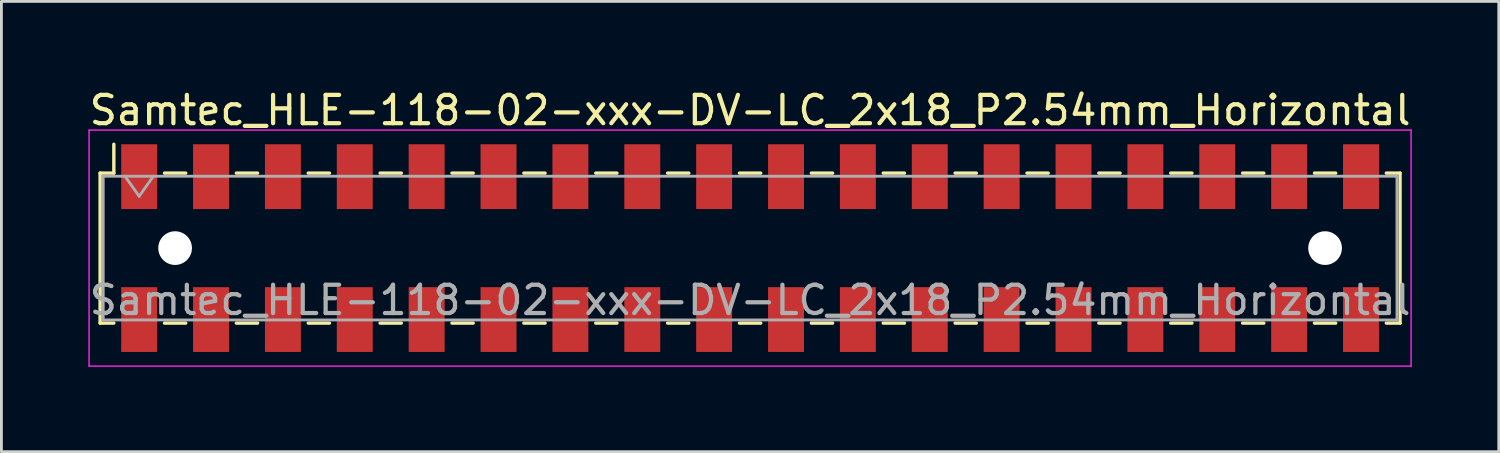
<source format=kicad_pcb>
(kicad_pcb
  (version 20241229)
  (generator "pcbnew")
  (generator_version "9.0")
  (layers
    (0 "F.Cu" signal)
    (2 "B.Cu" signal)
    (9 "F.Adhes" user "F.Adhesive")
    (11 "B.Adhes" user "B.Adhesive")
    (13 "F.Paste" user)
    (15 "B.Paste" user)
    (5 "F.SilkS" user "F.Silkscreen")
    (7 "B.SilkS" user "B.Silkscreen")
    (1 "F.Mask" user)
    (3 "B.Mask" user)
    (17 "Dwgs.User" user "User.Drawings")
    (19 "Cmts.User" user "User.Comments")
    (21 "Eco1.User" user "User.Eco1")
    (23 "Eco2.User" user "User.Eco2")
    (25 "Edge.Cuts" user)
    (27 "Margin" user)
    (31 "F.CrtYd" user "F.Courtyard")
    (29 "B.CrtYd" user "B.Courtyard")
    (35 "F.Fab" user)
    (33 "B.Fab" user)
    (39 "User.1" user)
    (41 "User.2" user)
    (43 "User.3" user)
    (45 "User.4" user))
  (footprint "Samtec_HLE-118-02-xxx-DV-LC_2x18_P2.54mm_Horizontal"
    (layer "F.Cu")
    (at 23.458 5.718)
    (property "Reference" "Samtec_HLE-118-02-xxx-DV-LC_2x18_P2.54mm_Horizontal" (at 0 -4.87 0) (layer "F.SilkS") (effects (font (size 1 1) (thickness 0.15))))
    (attr smd)
    (fp_line (start -22.97 -2.65) (end -22.97 2.65) (stroke (width 0.12) (type solid)) (layer "F.SilkS"))
    (fp_line (start -22.97 2.65) (end -22.485 2.65) (stroke (width 0.12) (type solid)) (layer "F.SilkS"))
    (fp_line (start -22.485 -3.67) (end -22.485 -2.65) (stroke (width 0.12) (type solid)) (layer "F.SilkS"))
    (fp_line (start -22.485 -2.65) (end -22.97 -2.65) (stroke (width 0.12) (type solid)) (layer "F.SilkS"))
    (fp_line (start -20.695 -2.65) (end -19.945 -2.65) (stroke (width 0.12) (type solid)) (layer "F.SilkS"))
    (fp_line (start -20.695 2.65) (end -19.945 2.65) (stroke (width 0.12) (type solid)) (layer "F.SilkS"))
    (fp_line (start -18.155 -2.65) (end -17.405 -2.65) (stroke (width 0.12) (type solid)) (layer "F.SilkS"))
    (fp_line (start -18.155 2.65) (end -17.405 2.65) (stroke (width 0.12) (type solid)) (layer "F.SilkS"))
    (fp_line (start -15.615 -2.65) (end -14.865 -2.65) (stroke (width 0.12) (type solid)) (layer "F.SilkS"))
    (fp_line (start -15.615 2.65) (end -14.865 2.65) (stroke (width 0.12) (type solid)) (layer "F.SilkS"))
    (fp_line (start -13.075 -2.65) (end -12.325 -2.65) (stroke (width 0.12) (type solid)) (layer "F.SilkS"))
    (fp_line (start -13.075 2.65) (end -12.325 2.65) (stroke (width 0.12) (type solid)) (layer "F.SilkS"))
    (fp_line (start -10.535 -2.65) (end -9.785 -2.65) (stroke (width 0.12) (type solid)) (layer "F.SilkS"))
    (fp_line (start -10.535 2.65) (end -9.785 2.65) (stroke (width 0.12) (type solid)) (layer "F.SilkS"))
    (fp_line (start -7.995 -2.65) (end -7.245 -2.65) (stroke (width 0.12) (type solid)) (layer "F.SilkS"))
    (fp_line (start -7.995 2.65) (end -7.245 2.65) (stroke (width 0.12) (type solid)) (layer "F.SilkS"))
    (fp_line (start -5.455 -2.65) (end -4.705 -2.65) (stroke (width 0.12) (type solid)) (layer "F.SilkS"))
    (fp_line (start -5.455 2.65) (end -4.705 2.65) (stroke (width 0.12) (type solid)) (layer "F.SilkS"))
    (fp_line (start -2.915 -2.65) (end -2.165 -2.65) (stroke (width 0.12) (type solid)) (layer "F.SilkS"))
    (fp_line (start -2.915 2.65) (end -2.165 2.65) (stroke (width 0.12) (type solid)) (layer "F.SilkS"))
    (fp_line (start -0.375 -2.65) (end 0.375 -2.65) (stroke (width 0.12) (type solid)) (layer "F.SilkS"))
    (fp_line (start -0.375 2.65) (end 0.375 2.65) (stroke (width 0.12) (type solid)) (layer "F.SilkS"))
    (fp_line (start 2.165 -2.65) (end 2.915 -2.65) (stroke (width 0.12) (type solid)) (layer "F.SilkS"))
    (fp_line (start 2.165 2.65) (end 2.915 2.65) (stroke (width 0.12) (type solid)) (layer "F.SilkS"))
    (fp_line (start 4.705 -2.65) (end 5.455 -2.65) (stroke (width 0.12) (type solid)) (layer "F.SilkS"))
    (fp_line (start 4.705 2.65) (end 5.455 2.65) (stroke (width 0.12) (type solid)) (layer "F.SilkS"))
    (fp_line (start 7.245 -2.65) (end 7.995 -2.65) (stroke (width 0.12) (type solid)) (layer "F.SilkS"))
    (fp_line (start 7.245 2.65) (end 7.995 2.65) (stroke (width 0.12) (type solid)) (layer "F.SilkS"))
    (fp_line (start 9.785 -2.65) (end 10.535 -2.65) (stroke (width 0.12) (type solid)) (layer "F.SilkS"))
    (fp_line (start 9.785 2.65) (end 10.535 2.65) (stroke (width 0.12) (type solid)) (layer "F.SilkS"))
    (fp_line (start 12.325 -2.65) (end 13.075 -2.65) (stroke (width 0.12) (type solid)) (layer "F.SilkS"))
    (fp_line (start 12.325 2.65) (end 13.075 2.65) (stroke (width 0.12) (type solid)) (layer "F.SilkS"))
    (fp_line (start 14.865 -2.65) (end 15.615 -2.65) (stroke (width 0.12) (type solid)) (layer "F.SilkS"))
    (fp_line (start 14.865 2.65) (end 15.615 2.65) (stroke (width 0.12) (type solid)) (layer "F.SilkS"))
    (fp_line (start 17.405 -2.65) (end 18.155 -2.65) (stroke (width 0.12) (type solid)) (layer "F.SilkS"))
    (fp_line (start 17.405 2.65) (end 18.155 2.65) (stroke (width 0.12) (type solid)) (layer "F.SilkS"))
    (fp_line (start 19.945 -2.65) (end 20.695 -2.65) (stroke (width 0.12) (type solid)) (layer "F.SilkS"))
    (fp_line (start 19.945 2.65) (end 20.695 2.65) (stroke (width 0.12) (type solid)) (layer "F.SilkS"))
    (fp_line (start 22.485 -2.65) (end 22.97 -2.65) (stroke (width 0.12) (type solid)) (layer "F.SilkS"))
    (fp_line (start 22.97 -2.65) (end 22.97 2.65) (stroke (width 0.12) (type solid)) (layer "F.SilkS"))
    (fp_line (start 22.97 2.65) (end 22.485 2.65) (stroke (width 0.12) (type solid)) (layer "F.SilkS"))
    (fp_line (start -23.36 -4.17) (end 23.36 -4.17) (stroke (width 0.05) (type solid)) (layer "F.CrtYd"))
    (fp_line (start -23.36 4.17) (end -23.36 -4.17) (stroke (width 0.05) (type solid)) (layer "F.CrtYd"))
    (fp_line (start 23.36 -4.17) (end 23.36 4.17) (stroke (width 0.05) (type solid)) (layer "F.CrtYd"))
    (fp_line (start 23.36 4.17) (end -23.36 4.17) (stroke (width 0.05) (type solid)) (layer "F.CrtYd"))
    (fp_line (start -22.86 -2.54) (end 22.86 -2.54) (stroke (width 0.1) (type solid)) (layer "F.Fab"))
    (fp_line (start -22.86 2.54) (end -22.86 -2.54) (stroke (width 0.1) (type solid)) (layer "F.Fab"))
    (fp_line (start -22.09 -2.54) (end -21.59 -1.833) (stroke (width 0.1) (type solid)) (layer "F.Fab"))
    (fp_line (start -21.59 -1.833) (end -21.09 -2.54) (stroke (width 0.1) (type solid)) (layer "F.Fab"))
    (fp_line (start 22.86 -2.54) (end 22.86 2.54) (stroke (width 0.1) (type solid)) (layer "F.Fab"))
    (fp_line (start 22.86 2.54) (end -22.86 2.54) (stroke (width 0.1) (type solid)) (layer "F.Fab"))
    (fp_text user "${REFERENCE}" (at 0 1.84 0) (layer "F.Fab") (effects (font (size 1 1) (thickness 0.15))))
    (pad "" np_thru_hole circle (at -20.32 0) (size 1.19 1.19) (drill 1.19) (layers "*.Cu" "*.Mask"))
    (pad "" np_thru_hole circle (at 20.32 0) (size 1.19 1.19) (drill 1.19) (layers "*.Cu" "*.Mask"))
    (pad "1" smd rect (at -21.59 -2.525) (size 1.27 2.29) (layers "F.Cu" "F.Mask" "F.Paste"))
    (pad "2" smd rect (at -21.59 2.525) (size 1.27 2.29) (layers "F.Cu" "F.Mask" "F.Paste"))
    (pad "3" smd rect (at -19.05 -2.525) (size 1.27 2.29) (layers "F.Cu" "F.Mask" "F.Paste"))
    (pad "4" smd rect (at -19.05 2.525) (size 1.27 2.29) (layers "F.Cu" "F.Mask" "F.Paste"))
    (pad "5" smd rect (at -16.51 -2.525) (size 1.27 2.29) (layers "F.Cu" "F.Mask" "F.Paste"))
    (pad "6" smd rect (at -16.51 2.525) (size 1.27 2.29) (layers "F.Cu" "F.Mask" "F.Paste"))
    (pad "7" smd rect (at -13.97 -2.525) (size 1.27 2.29) (layers "F.Cu" "F.Mask" "F.Paste"))
    (pad "8" smd rect (at -13.97 2.525) (size 1.27 2.29) (layers "F.Cu" "F.Mask" "F.Paste"))
    (pad "9" smd rect (at -11.43 -2.525) (size 1.27 2.29) (layers "F.Cu" "F.Mask" "F.Paste"))
    (pad "10" smd rect (at -11.43 2.525) (size 1.27 2.29) (layers "F.Cu" "F.Mask" "F.Paste"))
    (pad "11" smd rect (at -8.89 -2.525) (size 1.27 2.29) (layers "F.Cu" "F.Mask" "F.Paste"))
    (pad "12" smd rect (at -8.89 2.525) (size 1.27 2.29) (layers "F.Cu" "F.Mask" "F.Paste"))
    (pad "13" smd rect (at -6.35 -2.525) (size 1.27 2.29) (layers "F.Cu" "F.Mask" "F.Paste"))
    (pad "14" smd rect (at -6.35 2.525) (size 1.27 2.29) (layers "F.Cu" "F.Mask" "F.Paste"))
    (pad "15" smd rect (at -3.81 -2.525) (size 1.27 2.29) (layers "F.Cu" "F.Mask" "F.Paste"))
    (pad "16" smd rect (at -3.81 2.525) (size 1.27 2.29) (layers "F.Cu" "F.Mask" "F.Paste"))
    (pad "17" smd rect (at -1.27 -2.525) (size 1.27 2.29) (layers "F.Cu" "F.Mask" "F.Paste"))
    (pad "18" smd rect (at -1.27 2.525) (size 1.27 2.29) (layers "F.Cu" "F.Mask" "F.Paste"))
    (pad "19" smd rect (at 1.27 -2.525) (size 1.27 2.29) (layers "F.Cu" "F.Mask" "F.Paste"))
    (pad "20" smd rect (at 1.27 2.525) (size 1.27 2.29) (layers "F.Cu" "F.Mask" "F.Paste"))
    (pad "21" smd rect (at 3.81 -2.525) (size 1.27 2.29) (layers "F.Cu" "F.Mask" "F.Paste"))
    (pad "22" smd rect (at 3.81 2.525) (size 1.27 2.29) (layers "F.Cu" "F.Mask" "F.Paste"))
    (pad "23" smd rect (at 6.35 -2.525) (size 1.27 2.29) (layers "F.Cu" "F.Mask" "F.Paste"))
    (pad "24" smd rect (at 6.35 2.525) (size 1.27 2.29) (layers "F.Cu" "F.Mask" "F.Paste"))
    (pad "25" smd rect (at 8.89 -2.525) (size 1.27 2.29) (layers "F.Cu" "F.Mask" "F.Paste"))
    (pad "26" smd rect (at 8.89 2.525) (size 1.27 2.29) (layers "F.Cu" "F.Mask" "F.Paste"))
    (pad "27" smd rect (at 11.43 -2.525) (size 1.27 2.29) (layers "F.Cu" "F.Mask" "F.Paste"))
    (pad "28" smd rect (at 11.43 2.525) (size 1.27 2.29) (layers "F.Cu" "F.Mask" "F.Paste"))
    (pad "29" smd rect (at 13.97 -2.525) (size 1.27 2.29) (layers "F.Cu" "F.Mask" "F.Paste"))
    (pad "30" smd rect (at 13.97 2.525) (size 1.27 2.29) (layers "F.Cu" "F.Mask" "F.Paste"))
    (pad "31" smd rect (at 16.51 -2.525) (size 1.27 2.29) (layers "F.Cu" "F.Mask" "F.Paste"))
    (pad "32" smd rect (at 16.51 2.525) (size 1.27 2.29) (layers "F.Cu" "F.Mask" "F.Paste"))
    (pad "33" smd rect (at 19.05 -2.525) (size 1.27 2.29) (layers "F.Cu" "F.Mask" "F.Paste"))
    (pad "34" smd rect (at 19.05 2.525) (size 1.27 2.29) (layers "F.Cu" "F.Mask" "F.Paste"))
    (pad "35" smd rect (at 21.59 -2.525) (size 1.27 2.29) (layers "F.Cu" "F.Mask" "F.Paste"))
    (pad "36" smd rect (at 21.59 2.525) (size 1.27 2.29) (layers "F.Cu" "F.Mask" "F.Paste")))
  (gr_rect
    (start -3 -3)
    (end 49.917 12.913)
    (stroke (width 0.1) (type default))
    (fill no)
    (layer "Edge.Cuts")))
</source>
